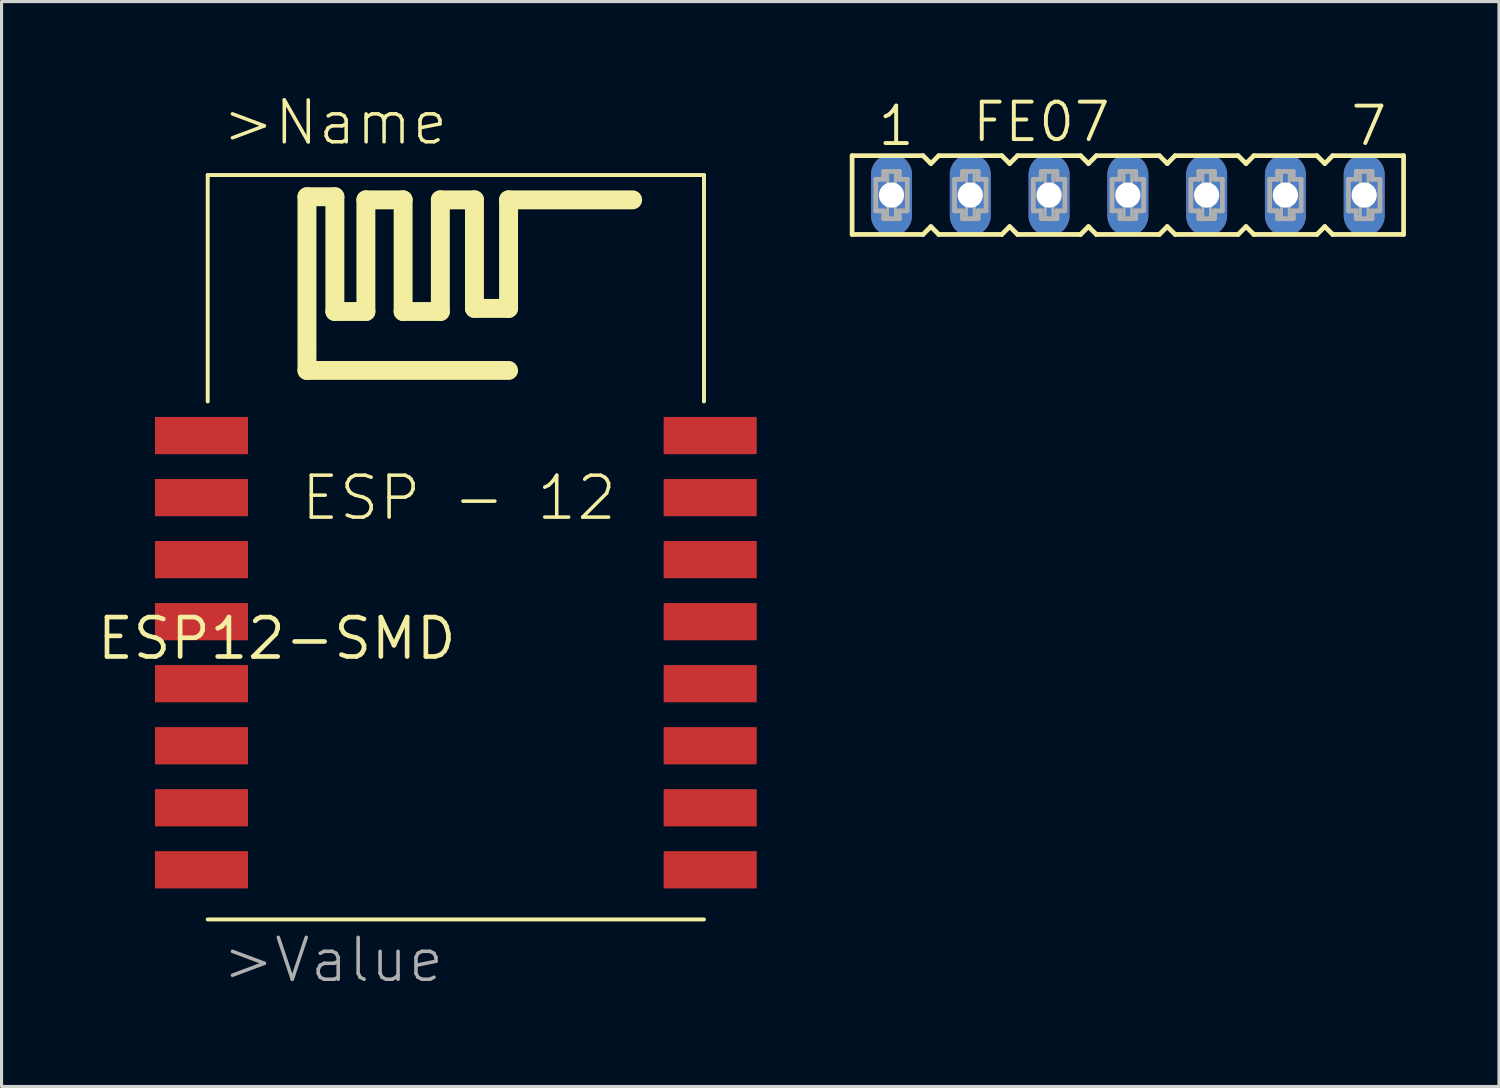
<source format=kicad_pcb>
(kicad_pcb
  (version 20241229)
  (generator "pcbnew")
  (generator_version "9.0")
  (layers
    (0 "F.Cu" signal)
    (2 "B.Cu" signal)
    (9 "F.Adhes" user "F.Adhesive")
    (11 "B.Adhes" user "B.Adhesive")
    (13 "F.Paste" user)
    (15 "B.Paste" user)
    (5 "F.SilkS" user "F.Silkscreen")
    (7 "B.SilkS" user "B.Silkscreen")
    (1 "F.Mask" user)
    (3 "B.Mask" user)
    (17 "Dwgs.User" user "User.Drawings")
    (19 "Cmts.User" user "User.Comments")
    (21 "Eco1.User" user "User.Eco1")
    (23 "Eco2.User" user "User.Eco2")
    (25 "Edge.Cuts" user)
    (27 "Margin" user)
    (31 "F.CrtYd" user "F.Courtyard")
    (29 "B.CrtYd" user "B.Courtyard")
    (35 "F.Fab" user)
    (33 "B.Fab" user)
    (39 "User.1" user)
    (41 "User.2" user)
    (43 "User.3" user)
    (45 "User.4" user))
  (footprint "ESP12-SMD"
    (layer "F.Cu")
    (at 11.747 16.793)
    (property "Reference" "ESP12-SMD" (at 0 0 0) (layer "F.SilkS") (effects (font (size 1.27 1.27) (thickness 0.15)) (justify right top)))
    (attr through_hole)
    (fp_line (start -8.1 -14.2) (end 7.9 -14.2) (stroke (width 0.127) (type solid)) (layer "F.SilkS"))
    (fp_line (start -8.1 -6.9) (end -8.1 -14.2) (stroke (width 0.127) (type solid)) (layer "F.SilkS"))
    (fp_line (start -4.9 -13.5) (end -4 -13.5) (stroke (width 0.61) (type solid)) (layer "F.SilkS"))
    (fp_line (start -4.9 -8.6) (end -4.9 -13.5) (stroke (width 0.61) (type solid)) (layer "F.SilkS"))
    (fp_line (start -4.9 -8.5) (end -4.9 -7.9) (stroke (width 0.61) (type solid)) (layer "F.SilkS"))
    (fp_line (start -4.9 -7.9) (end 1.6 -7.9) (stroke (width 0.61) (type solid)) (layer "F.SilkS"))
    (fp_line (start -4 -13.5) (end -4 -9.8) (stroke (width 0.61) (type solid)) (layer "F.SilkS"))
    (fp_line (start -4 -9.8) (end -3 -9.8) (stroke (width 0.61) (type solid)) (layer "F.SilkS"))
    (fp_line (start -3 -13.4) (end -1.8 -13.4) (stroke (width 0.61) (type solid)) (layer "F.SilkS"))
    (fp_line (start -3 -9.8) (end -3 -13.4) (stroke (width 0.61) (type solid)) (layer "F.SilkS"))
    (fp_line (start -1.8 -13.4) (end -1.8 -9.8) (stroke (width 0.61) (type solid)) (layer "F.SilkS"))
    (fp_line (start -1.8 -9.8) (end -0.6 -9.8) (stroke (width 0.61) (type solid)) (layer "F.SilkS"))
    (fp_line (start -0.6 -13.4) (end 0.5 -13.4) (stroke (width 0.61) (type solid)) (layer "F.SilkS"))
    (fp_line (start -0.6 -9.8) (end -0.6 -13.4) (stroke (width 0.61) (type solid)) (layer "F.SilkS"))
    (fp_line (start 0.5 -13.4) (end 0.5 -9.9) (stroke (width 0.61) (type solid)) (layer "F.SilkS"))
    (fp_line (start 0.5 -9.9) (end 1.6 -9.9) (stroke (width 0.61) (type solid)) (layer "F.SilkS"))
    (fp_line (start 1.6 -13.4) (end 5.6 -13.4) (stroke (width 0.61) (type solid)) (layer "F.SilkS"))
    (fp_line (start 1.6 -9.9) (end 1.6 -13.4) (stroke (width 0.61) (type solid)) (layer "F.SilkS"))
    (fp_line (start 7.9 -14.2) (end 7.9 -6.9) (stroke (width 0.127) (type solid)) (layer "F.SilkS"))
    (fp_line (start 7.9 9.8) (end -8.1 9.8) (stroke (width 0.127) (type solid)) (layer "F.SilkS"))
    (fp_text user "ESP - 12" (at 0 -3 0) (layer "F.SilkS") (effects (font (size 1.351 1.351) (thickness 0.114)) (justify bottom)))
    (fp_text user ">Name" (at -7.7 -15.1 0) (layer "F.SilkS") (effects (font (size 1.351 1.351) (thickness 0.114)) (justify left bottom)))
    (fp_text user ">Value" (at -7.7 11.9 0) (layer "F.Fab") (effects (font (size 1.351 1.351) (thickness 0.114)) (justify left bottom)))
    (pad "ADC" smd rect (at -8.3 -3.8) (size 3 1.2) (layers "F.Cu" "F.Mask" "F.Paste"))
    (pad "CH_PD" smd rect (at -8.3 -1.8) (size 3 1.2) (layers "F.Cu" "F.Mask" "F.Paste"))
    (pad "GND" smd rect (at 8.1 8.2) (size 3 1.2) (layers "F.Cu" "F.Mask" "F.Paste"))
    (pad "GPIO0" smd rect (at 8.1 2.2) (size 3 1.2) (layers "F.Cu" "F.Mask" "F.Paste"))
    (pad "GPIO2" smd rect (at 8.1 4.2) (size 3 1.2) (layers "F.Cu" "F.Mask" "F.Paste"))
    (pad "GPIO4" smd rect (at 8.1 -1.8) (size 3 1.2) (layers "F.Cu" "F.Mask" "F.Paste"))
    (pad "GPIO5" smd rect (at 8.1 0.2) (size 3 1.2) (layers "F.Cu" "F.Mask" "F.Paste"))
    (pad "GPIO12" smd rect (at -8.3 4.2) (size 3 1.2) (layers "F.Cu" "F.Mask" "F.Paste"))
    (pad "GPIO13" smd rect (at -8.3 6.2) (size 3 1.2) (layers "F.Cu" "F.Mask" "F.Paste"))
    (pad "GPIO14" smd rect (at -8.3 2.2) (size 3 1.2) (layers "F.Cu" "F.Mask" "F.Paste"))
    (pad "GPIO15" smd rect (at 8.1 6.2) (size 3 1.2) (layers "F.Cu" "F.Mask" "F.Paste"))
    (pad "GPIO16" smd rect (at -8.3 0.2) (size 3 1.2) (layers "F.Cu" "F.Mask" "F.Paste"))
    (pad "RESET" smd rect (at -8.3 -5.8) (size 3 1.2) (layers "F.Cu" "F.Mask" "F.Paste"))
    (pad "RXD0" smd rect (at 8.1 -3.8) (size 3 1.2) (layers "F.Cu" "F.Mask" "F.Paste"))
    (pad "TXD0" smd rect (at 8.1 -5.8) (size 3 1.2) (layers "F.Cu" "F.Mask" "F.Paste"))
    (pad "VCC" smd rect (at -8.3 8.2) (size 3 1.2) (layers "F.Cu" "F.Mask" "F.Paste")))
  (footprint "FE07"
    (layer "F.Cu")
    (at 33.313 3.239)
    (property "Reference" "FE07" (at -5.08 -1.651 0) (layer "F.SilkS") (effects (font (size 1.206 1.206) (thickness 0.127)) (justify left bottom)))
    (attr through_hole)
    (fp_line (start -8.89 -1.27) (end -8.89 1.27) (stroke (width 0.152) (type solid)) (layer "F.SilkS"))
    (fp_line (start -8.89 1.27) (end -6.604 1.27) (stroke (width 0.152) (type solid)) (layer "F.SilkS"))
    (fp_line (start -6.604 -1.27) (end -8.89 -1.27) (stroke (width 0.152) (type solid)) (layer "F.SilkS"))
    (fp_line (start -6.604 1.27) (end -6.35 1.016) (stroke (width 0.152) (type solid)) (layer "F.SilkS"))
    (fp_line (start -6.35 -1.016) (end -6.604 -1.27) (stroke (width 0.152) (type solid)) (layer "F.SilkS"))
    (fp_line (start -6.35 1.016) (end -6.096 1.27) (stroke (width 0.152) (type solid)) (layer "F.SilkS"))
    (fp_line (start -6.096 -1.27) (end -6.35 -1.016) (stroke (width 0.152) (type solid)) (layer "F.SilkS"))
    (fp_line (start -6.096 1.27) (end -4.064 1.27) (stroke (width 0.152) (type solid)) (layer "F.SilkS"))
    (fp_line (start -4.064 -1.27) (end -6.096 -1.27) (stroke (width 0.152) (type solid)) (layer "F.SilkS"))
    (fp_line (start -4.064 1.27) (end -3.81 1.016) (stroke (width 0.152) (type solid)) (layer "F.SilkS"))
    (fp_line (start -3.81 -1.016) (end -4.064 -1.27) (stroke (width 0.152) (type solid)) (layer "F.SilkS"))
    (fp_line (start -3.81 1.016) (end -3.556 1.27) (stroke (width 0.152) (type solid)) (layer "F.SilkS"))
    (fp_line (start -3.556 -1.27) (end -3.81 -1.016) (stroke (width 0.152) (type solid)) (layer "F.SilkS"))
    (fp_line (start -3.556 1.27) (end -1.524 1.27) (stroke (width 0.152) (type solid)) (layer "F.SilkS"))
    (fp_line (start -1.524 -1.27) (end -3.556 -1.27) (stroke (width 0.152) (type solid)) (layer "F.SilkS"))
    (fp_line (start -1.524 1.27) (end -1.27 1.016) (stroke (width 0.152) (type solid)) (layer "F.SilkS"))
    (fp_line (start -1.27 -1.016) (end -1.524 -1.27) (stroke (width 0.152) (type solid)) (layer "F.SilkS"))
    (fp_line (start -1.27 1.016) (end -1.016 1.27) (stroke (width 0.152) (type solid)) (layer "F.SilkS"))
    (fp_line (start -1.016 -1.27) (end -1.27 -1.016) (stroke (width 0.152) (type solid)) (layer "F.SilkS"))
    (fp_line (start -1.016 1.27) (end 1.016 1.27) (stroke (width 0.152) (type solid)) (layer "F.SilkS"))
    (fp_line (start 1.016 -1.27) (end -1.016 -1.27) (stroke (width 0.152) (type solid)) (layer "F.SilkS"))
    (fp_line (start 1.016 1.27) (end 1.27 1.016) (stroke (width 0.152) (type solid)) (layer "F.SilkS"))
    (fp_line (start 1.27 -1.016) (end 1.016 -1.27) (stroke (width 0.152) (type solid)) (layer "F.SilkS"))
    (fp_line (start 1.27 1.016) (end 1.524 1.27) (stroke (width 0.152) (type solid)) (layer "F.SilkS"))
    (fp_line (start 1.524 -1.27) (end 1.27 -1.016) (stroke (width 0.152) (type solid)) (layer "F.SilkS"))
    (fp_line (start 1.524 1.27) (end 3.556 1.27) (stroke (width 0.152) (type solid)) (layer "F.SilkS"))
    (fp_line (start 3.556 -1.27) (end 1.524 -1.27) (stroke (width 0.152) (type solid)) (layer "F.SilkS"))
    (fp_line (start 3.556 1.27) (end 3.81 1.016) (stroke (width 0.152) (type solid)) (layer "F.SilkS"))
    (fp_line (start 3.81 -1.016) (end 3.556 -1.27) (stroke (width 0.152) (type solid)) (layer "F.SilkS"))
    (fp_line (start 3.81 1.016) (end 4.064 1.27) (stroke (width 0.152) (type solid)) (layer "F.SilkS"))
    (fp_line (start 4.064 -1.27) (end 3.81 -1.016) (stroke (width 0.152) (type solid)) (layer "F.SilkS"))
    (fp_line (start 4.064 1.27) (end 6.096 1.27) (stroke (width 0.152) (type solid)) (layer "F.SilkS"))
    (fp_line (start 6.096 -1.27) (end 4.064 -1.27) (stroke (width 0.152) (type solid)) (layer "F.SilkS"))
    (fp_line (start 6.096 1.27) (end 6.35 1.016) (stroke (width 0.152) (type solid)) (layer "F.SilkS"))
    (fp_line (start 6.35 -1.016) (end 6.096 -1.27) (stroke (width 0.152) (type solid)) (layer "F.SilkS"))
    (fp_line (start 6.35 1.016) (end 6.604 1.27) (stroke (width 0.152) (type solid)) (layer "F.SilkS"))
    (fp_line (start 6.604 -1.27) (end 6.35 -1.016) (stroke (width 0.152) (type solid)) (layer "F.SilkS"))
    (fp_line (start 6.604 1.27) (end 8.89 1.27) (stroke (width 0.152) (type solid)) (layer "F.SilkS"))
    (fp_line (start 8.89 -1.27) (end 6.604 -1.27) (stroke (width 0.152) (type solid)) (layer "F.SilkS"))
    (fp_line (start 8.89 1.27) (end 8.89 -1.27) (stroke (width 0.152) (type solid)) (layer "F.SilkS"))
    (fp_line (start -8.128 -0.508) (end -8.128 0.508) (stroke (width 0.152) (type solid)) (layer "F.Fab"))
    (fp_line (start -8.128 0.508) (end -7.874 0.508) (stroke (width 0.152) (type solid)) (layer "F.Fab"))
    (fp_line (start -7.874 -0.762) (end -7.874 -0.508) (stroke (width 0.152) (type solid)) (layer "F.Fab"))
    (fp_line (start -7.874 -0.508) (end -8.128 -0.508) (stroke (width 0.152) (type solid)) (layer "F.Fab"))
    (fp_line (start -7.874 0.508) (end -7.874 0.762) (stroke (width 0.152) (type solid)) (layer "F.Fab"))
    (fp_line (start -7.874 0.762) (end -7.366 0.762) (stroke (width 0.152) (type solid)) (layer "F.Fab"))
    (fp_line (start -7.366 -0.762) (end -7.874 -0.762) (stroke (width 0.152) (type solid)) (layer "F.Fab"))
    (fp_line (start -7.366 -0.508) (end -7.366 -0.762) (stroke (width 0.152) (type solid)) (layer "F.Fab"))
    (fp_line (start -7.366 0.508) (end -7.112 0.508) (stroke (width 0.152) (type solid)) (layer "F.Fab"))
    (fp_line (start -7.366 0.762) (end -7.366 0.508) (stroke (width 0.152) (type solid)) (layer "F.Fab"))
    (fp_line (start -7.112 -0.508) (end -7.366 -0.508) (stroke (width 0.152) (type solid)) (layer "F.Fab"))
    (fp_line (start -7.112 0.508) (end -7.112 -0.508) (stroke (width 0.152) (type solid)) (layer "F.Fab"))
    (fp_line (start -5.588 -0.508) (end -5.588 0.508) (stroke (width 0.152) (type solid)) (layer "F.Fab"))
    (fp_line (start -5.588 0.508) (end -5.334 0.508) (stroke (width 0.152) (type solid)) (layer "F.Fab"))
    (fp_line (start -5.334 -0.762) (end -5.334 -0.508) (stroke (width 0.152) (type solid)) (layer "F.Fab"))
    (fp_line (start -5.334 -0.508) (end -5.588 -0.508) (stroke (width 0.152) (type solid)) (layer "F.Fab"))
    (fp_line (start -5.334 0.508) (end -5.334 0.762) (stroke (width 0.152) (type solid)) (layer "F.Fab"))
    (fp_line (start -5.334 0.762) (end -4.826 0.762) (stroke (width 0.152) (type solid)) (layer "F.Fab"))
    (fp_line (start -4.826 -0.762) (end -5.334 -0.762) (stroke (width 0.152) (type solid)) (layer "F.Fab"))
    (fp_line (start -4.826 -0.508) (end -4.826 -0.762) (stroke (width 0.152) (type solid)) (layer "F.Fab"))
    (fp_line (start -4.826 0.508) (end -4.572 0.508) (stroke (width 0.152) (type solid)) (layer "F.Fab"))
    (fp_line (start -4.826 0.762) (end -4.826 0.508) (stroke (width 0.152) (type solid)) (layer "F.Fab"))
    (fp_line (start -4.572 -0.508) (end -4.826 -0.508) (stroke (width 0.152) (type solid)) (layer "F.Fab"))
    (fp_line (start -4.572 0.508) (end -4.572 -0.508) (stroke (width 0.152) (type solid)) (layer "F.Fab"))
    (fp_line (start -3.048 -0.508) (end -3.048 0.508) (stroke (width 0.152) (type solid)) (layer "F.Fab"))
    (fp_line (start -3.048 0.508) (end -2.794 0.508) (stroke (width 0.152) (type solid)) (layer "F.Fab"))
    (fp_line (start -2.794 -0.762) (end -2.794 -0.508) (stroke (width 0.152) (type solid)) (layer "F.Fab"))
    (fp_line (start -2.794 -0.508) (end -3.048 -0.508) (stroke (width 0.152) (type solid)) (layer "F.Fab"))
    (fp_line (start -2.794 0.508) (end -2.794 0.762) (stroke (width 0.152) (type solid)) (layer "F.Fab"))
    (fp_line (start -2.794 0.762) (end -2.286 0.762) (stroke (width 0.152) (type solid)) (layer "F.Fab"))
    (fp_line (start -2.286 -0.762) (end -2.794 -0.762) (stroke (width 0.152) (type solid)) (layer "F.Fab"))
    (fp_line (start -2.286 -0.508) (end -2.286 -0.762) (stroke (width 0.152) (type solid)) (layer "F.Fab"))
    (fp_line (start -2.286 0.508) (end -2.032 0.508) (stroke (width 0.152) (type solid)) (layer "F.Fab"))
    (fp_line (start -2.286 0.762) (end -2.286 0.508) (stroke (width 0.152) (type solid)) (layer "F.Fab"))
    (fp_line (start -2.032 -0.508) (end -2.286 -0.508) (stroke (width 0.152) (type solid)) (layer "F.Fab"))
    (fp_line (start -2.032 0.508) (end -2.032 -0.508) (stroke (width 0.152) (type solid)) (layer "F.Fab"))
    (fp_line (start -0.508 -0.508) (end -0.508 0.508) (stroke (width 0.152) (type solid)) (layer "F.Fab"))
    (fp_line (start -0.508 0.508) (end -0.254 0.508) (stroke (width 0.152) (type solid)) (layer "F.Fab"))
    (fp_line (start -0.254 -0.762) (end -0.254 -0.508) (stroke (width 0.152) (type solid)) (layer "F.Fab"))
    (fp_line (start -0.254 -0.508) (end -0.508 -0.508) (stroke (width 0.152) (type solid)) (layer "F.Fab"))
    (fp_line (start -0.254 0.508) (end -0.254 0.762) (stroke (width 0.152) (type solid)) (layer "F.Fab"))
    (fp_line (start -0.254 0.762) (end 0.254 0.762) (stroke (width 0.152) (type solid)) (layer "F.Fab"))
    (fp_line (start 0.254 -0.762) (end -0.254 -0.762) (stroke (width 0.152) (type solid)) (layer "F.Fab"))
    (fp_line (start 0.254 -0.508) (end 0.254 -0.762) (stroke (width 0.152) (type solid)) (layer "F.Fab"))
    (fp_line (start 0.254 0.508) (end 0.508 0.508) (stroke (width 0.152) (type solid)) (layer "F.Fab"))
    (fp_line (start 0.254 0.762) (end 0.254 0.508) (stroke (width 0.152) (type solid)) (layer "F.Fab"))
    (fp_line (start 0.508 -0.508) (end 0.254 -0.508) (stroke (width 0.152) (type solid)) (layer "F.Fab"))
    (fp_line (start 0.508 0.508) (end 0.508 -0.508) (stroke (width 0.152) (type solid)) (layer "F.Fab"))
    (fp_line (start 2.032 -0.508) (end 2.032 0.508) (stroke (width 0.152) (type solid)) (layer "F.Fab"))
    (fp_line (start 2.032 0.508) (end 2.286 0.508) (stroke (width 0.152) (type solid)) (layer "F.Fab"))
    (fp_line (start 2.286 -0.762) (end 2.286 -0.508) (stroke (width 0.152) (type solid)) (layer "F.Fab"))
    (fp_line (start 2.286 -0.508) (end 2.032 -0.508) (stroke (width 0.152) (type solid)) (layer "F.Fab"))
    (fp_line (start 2.286 0.508) (end 2.286 0.762) (stroke (width 0.152) (type solid)) (layer "F.Fab"))
    (fp_line (start 2.286 0.762) (end 2.794 0.762) (stroke (width 0.152) (type solid)) (layer "F.Fab"))
    (fp_line (start 2.794 -0.762) (end 2.286 -0.762) (stroke (width 0.152) (type solid)) (layer "F.Fab"))
    (fp_line (start 2.794 -0.508) (end 2.794 -0.762) (stroke (width 0.152) (type solid)) (layer "F.Fab"))
    (fp_line (start 2.794 0.508) (end 3.048 0.508) (stroke (width 0.152) (type solid)) (layer "F.Fab"))
    (fp_line (start 2.794 0.762) (end 2.794 0.508) (stroke (width 0.152) (type solid)) (layer "F.Fab"))
    (fp_line (start 3.048 -0.508) (end 2.794 -0.508) (stroke (width 0.152) (type solid)) (layer "F.Fab"))
    (fp_line (start 3.048 0.508) (end 3.048 -0.508) (stroke (width 0.152) (type solid)) (layer "F.Fab"))
    (fp_line (start 4.572 -0.508) (end 4.572 0.508) (stroke (width 0.152) (type solid)) (layer "F.Fab"))
    (fp_line (start 4.572 0.508) (end 4.826 0.508) (stroke (width 0.152) (type solid)) (layer "F.Fab"))
    (fp_line (start 4.826 -0.762) (end 4.826 -0.508) (stroke (width 0.152) (type solid)) (layer "F.Fab"))
    (fp_line (start 4.826 -0.508) (end 4.572 -0.508) (stroke (width 0.152) (type solid)) (layer "F.Fab"))
    (fp_line (start 4.826 0.508) (end 4.826 0.762) (stroke (width 0.152) (type solid)) (layer "F.Fab"))
    (fp_line (start 4.826 0.762) (end 5.334 0.762) (stroke (width 0.152) (type solid)) (layer "F.Fab"))
    (fp_line (start 5.334 -0.762) (end 4.826 -0.762) (stroke (width 0.152) (type solid)) (layer "F.Fab"))
    (fp_line (start 5.334 -0.508) (end 5.334 -0.762) (stroke (width 0.152) (type solid)) (layer "F.Fab"))
    (fp_line (start 5.334 0.508) (end 5.588 0.508) (stroke (width 0.152) (type solid)) (layer "F.Fab"))
    (fp_line (start 5.334 0.762) (end 5.334 0.508) (stroke (width 0.152) (type solid)) (layer "F.Fab"))
    (fp_line (start 5.588 -0.508) (end 5.334 -0.508) (stroke (width 0.152) (type solid)) (layer "F.Fab"))
    (fp_line (start 5.588 0.508) (end 5.588 -0.508) (stroke (width 0.152) (type solid)) (layer "F.Fab"))
    (fp_line (start 7.112 -0.508) (end 7.112 0.508) (stroke (width 0.152) (type solid)) (layer "F.Fab"))
    (fp_line (start 7.112 0.508) (end 7.366 0.508) (stroke (width 0.152) (type solid)) (layer "F.Fab"))
    (fp_line (start 7.366 -0.762) (end 7.366 -0.508) (stroke (width 0.152) (type solid)) (layer "F.Fab"))
    (fp_line (start 7.366 -0.508) (end 7.112 -0.508) (stroke (width 0.152) (type solid)) (layer "F.Fab"))
    (fp_line (start 7.366 0.508) (end 7.366 0.762) (stroke (width 0.152) (type solid)) (layer "F.Fab"))
    (fp_line (start 7.366 0.762) (end 7.874 0.762) (stroke (width 0.152) (type solid)) (layer "F.Fab"))
    (fp_line (start 7.874 -0.762) (end 7.366 -0.762) (stroke (width 0.152) (type solid)) (layer "F.Fab"))
    (fp_line (start 7.874 -0.508) (end 7.874 -0.762) (stroke (width 0.152) (type solid)) (layer "F.Fab"))
    (fp_line (start 7.874 0.508) (end 8.128 0.508) (stroke (width 0.152) (type solid)) (layer "F.Fab"))
    (fp_line (start 7.874 0.762) (end 7.874 0.508) (stroke (width 0.152) (type solid)) (layer "F.Fab"))
    (fp_line (start 8.128 -0.508) (end 7.874 -0.508) (stroke (width 0.152) (type solid)) (layer "F.Fab"))
    (fp_line (start 8.128 0.508) (end 8.128 -0.508) (stroke (width 0.152) (type solid)) (layer "F.Fab"))
    (fp_poly (pts (xy -7.747 -0.254) (xy -7.493 -0.254) (xy -7.493 -0.762) (xy -7.747 -0.762)) (stroke (width 0.1) (type solid)) (fill no) (layer "F.Fab"))
    (fp_poly (pts (xy -7.747 0.762) (xy -7.493 0.762) (xy -7.493 0.254) (xy -7.747 0.254)) (stroke (width 0.1) (type solid)) (fill no) (layer "F.Fab"))
    (fp_poly (pts (xy -5.207 -0.254) (xy -4.953 -0.254) (xy -4.953 -0.762) (xy -5.207 -0.762)) (stroke (width 0.1) (type solid)) (fill no) (layer "F.Fab"))
    (fp_poly (pts (xy -5.207 0.762) (xy -4.953 0.762) (xy -4.953 0.254) (xy -5.207 0.254)) (stroke (width 0.1) (type solid)) (fill no) (layer "F.Fab"))
    (fp_poly (pts (xy -2.667 -0.254) (xy -2.413 -0.254) (xy -2.413 -0.762) (xy -2.667 -0.762)) (stroke (width 0.1) (type solid)) (fill no) (layer "F.Fab"))
    (fp_poly (pts (xy -2.667 0.762) (xy -2.413 0.762) (xy -2.413 0.254) (xy -2.667 0.254)) (stroke (width 0.1) (type solid)) (fill no) (layer "F.Fab"))
    (fp_poly (pts (xy -0.127 -0.254) (xy 0.127 -0.254) (xy 0.127 -0.762) (xy -0.127 -0.762)) (stroke (width 0.1) (type solid)) (fill no) (layer "F.Fab"))
    (fp_poly (pts (xy -0.127 0.762) (xy 0.127 0.762) (xy 0.127 0.254) (xy -0.127 0.254)) (stroke (width 0.1) (type solid)) (fill no) (layer "F.Fab"))
    (fp_poly (pts (xy 2.413 -0.254) (xy 2.667 -0.254) (xy 2.667 -0.762) (xy 2.413 -0.762)) (stroke (width 0.1) (type solid)) (fill no) (layer "F.Fab"))
    (fp_poly (pts (xy 2.413 0.762) (xy 2.667 0.762) (xy 2.667 0.254) (xy 2.413 0.254)) (stroke (width 0.1) (type solid)) (fill no) (layer "F.Fab"))
    (fp_poly (pts (xy 4.953 -0.254) (xy 5.207 -0.254) (xy 5.207 -0.762) (xy 4.953 -0.762)) (stroke (width 0.1) (type solid)) (fill no) (layer "F.Fab"))
    (fp_poly (pts (xy 4.953 0.762) (xy 5.207 0.762) (xy 5.207 0.254) (xy 4.953 0.254)) (stroke (width 0.1) (type solid)) (fill no) (layer "F.Fab"))
    (fp_poly (pts (xy 7.493 -0.254) (xy 7.747 -0.254) (xy 7.747 -0.762) (xy 7.493 -0.762)) (stroke (width 0.1) (type solid)) (fill no) (layer "F.Fab"))
    (fp_poly (pts (xy 7.493 0.762) (xy 7.747 0.762) (xy 7.747 0.254) (xy 7.493 0.254)) (stroke (width 0.1) (type solid)) (fill no) (layer "F.Fab"))
    (fp_text user "7" (at 7.112 -1.524 0) (layer "F.SilkS") (effects (font (size 1.206 1.206) (thickness 0.127)) (justify left bottom)))
    (fp_text user "1" (at -8.128 -1.524 0) (layer "F.SilkS") (effects (font (size 1.206 1.206) (thickness 0.127)) (justify left bottom)))
    (pad "1" thru_hole oval (at -7.62 0 90) (size 2.642 1.321) (drill 0.813) (layers "*.Cu" "*.Mask"))
    (pad "2" thru_hole oval (at -5.08 0 90) (size 2.642 1.321) (drill 0.813) (layers "*.Cu" "*.Mask"))
    (pad "3" thru_hole oval (at -2.54 0 90) (size 2.642 1.321) (drill 0.813) (layers "*.Cu" "*.Mask"))
    (pad "4" thru_hole oval (at 0 0 90) (size 2.642 1.321) (drill 0.813) (layers "*.Cu" "*.Mask"))
    (pad "5" thru_hole oval (at 2.54 0 90) (size 2.642 1.321) (drill 0.813) (layers "*.Cu" "*.Mask"))
    (pad "6" thru_hole oval (at 5.08 0 90) (size 2.642 1.321) (drill 0.813) (layers "*.Cu" "*.Mask"))
    (pad "7" thru_hole oval (at 7.62 0 90) (size 2.642 1.321) (drill 0.813) (layers "*.Cu" "*.Mask")))
  (gr_rect
    (start -3 -3)
    (end 45.279 31.98)
    (stroke (width 0.1) (type default))
    (fill no)
    (layer "Edge.Cuts")))
</source>
